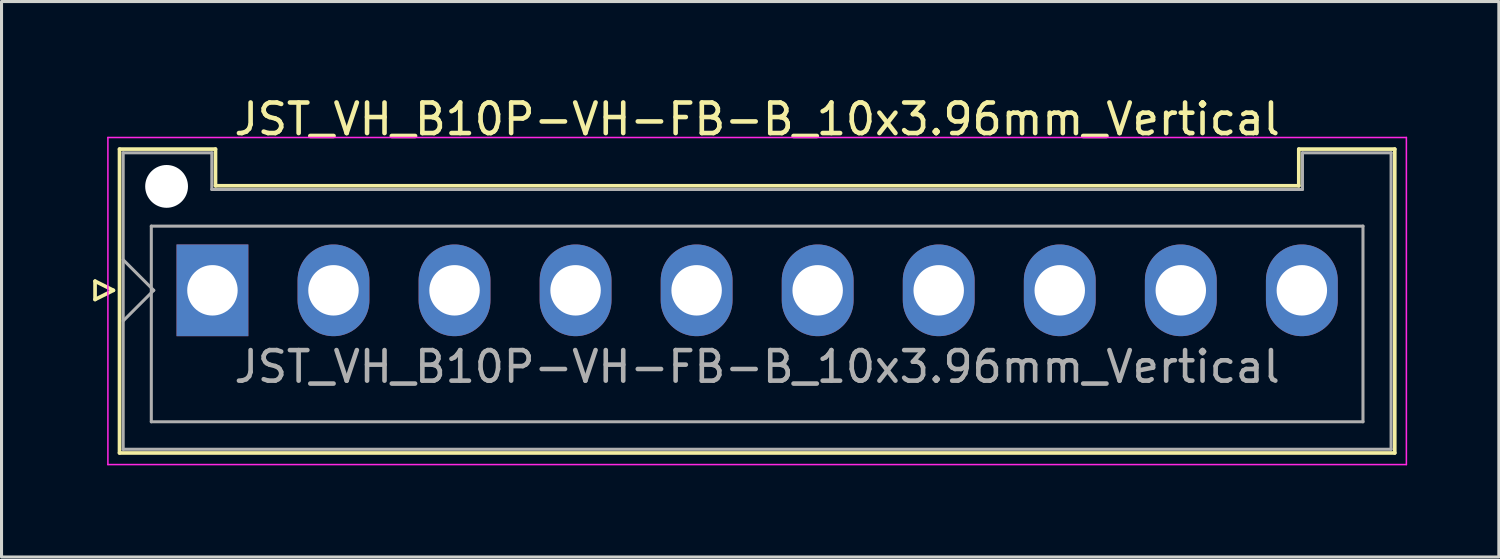
<source format=kicad_pcb>
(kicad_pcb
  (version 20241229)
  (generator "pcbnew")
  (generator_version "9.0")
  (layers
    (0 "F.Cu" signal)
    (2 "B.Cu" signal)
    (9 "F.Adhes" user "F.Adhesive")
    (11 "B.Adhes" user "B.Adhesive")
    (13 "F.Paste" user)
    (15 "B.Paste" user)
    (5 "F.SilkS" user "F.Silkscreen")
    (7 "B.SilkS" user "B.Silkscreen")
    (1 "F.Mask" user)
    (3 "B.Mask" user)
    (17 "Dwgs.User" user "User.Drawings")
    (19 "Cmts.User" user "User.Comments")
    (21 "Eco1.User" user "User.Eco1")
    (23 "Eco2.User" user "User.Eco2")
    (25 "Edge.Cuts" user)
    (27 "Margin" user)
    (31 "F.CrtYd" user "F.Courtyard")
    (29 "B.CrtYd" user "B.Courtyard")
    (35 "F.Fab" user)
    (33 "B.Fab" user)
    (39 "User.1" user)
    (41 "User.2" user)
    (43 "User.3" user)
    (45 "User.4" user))
  (footprint "JST_VH_B10P-VH-FB-B_10x3.96mm_Vertical"
    (layer "F.Cu")
    (at 3.9 6.448)
    (property "Reference" "JST_VH_B10P-VH-FB-B_10x3.96mm_Vertical" (at 17.82 -5.6 0) (layer "F.SilkS") (effects (font (size 1 1) (thickness 0.15))))
    (attr through_hole)
    (fp_line (start -3.84 -0.3) (end -3.24 0) (stroke (width 0.12) (type solid)) (layer "F.SilkS"))
    (fp_line (start -3.84 0.3) (end -3.84 -0.3) (stroke (width 0.12) (type solid)) (layer "F.SilkS"))
    (fp_line (start -3.24 0) (end -3.84 0.3) (stroke (width 0.12) (type solid)) (layer "F.SilkS"))
    (fp_line (start -3.04 -4.62) (end 0.1 -4.62) (stroke (width 0.12) (type solid)) (layer "F.SilkS"))
    (fp_line (start -3.04 5.32) (end -3.04 -4.62) (stroke (width 0.12) (type solid)) (layer "F.SilkS"))
    (fp_line (start 0.1 -4.62) (end 0.1 -3.42) (stroke (width 0.12) (type solid)) (layer "F.SilkS"))
    (fp_line (start 0.1 -3.42) (end 35.54 -3.42) (stroke (width 0.12) (type solid)) (layer "F.SilkS"))
    (fp_line (start 35.54 -4.62) (end 38.68 -4.62) (stroke (width 0.12) (type solid)) (layer "F.SilkS"))
    (fp_line (start 35.54 -3.42) (end 35.54 -4.62) (stroke (width 0.12) (type solid)) (layer "F.SilkS"))
    (fp_line (start 38.68 -4.62) (end 38.68 5.32) (stroke (width 0.12) (type solid)) (layer "F.SilkS"))
    (fp_line (start 38.68 5.32) (end -3.04 5.32) (stroke (width 0.12) (type solid)) (layer "F.SilkS"))
    (fp_line (start -3.42 -5) (end -3.42 5.7) (stroke (width 0.05) (type solid)) (layer "F.CrtYd"))
    (fp_line (start -3.42 5.7) (end 39.06 5.7) (stroke (width 0.05) (type solid)) (layer "F.CrtYd"))
    (fp_line (start 39.06 -5) (end -3.42 -5) (stroke (width 0.05) (type solid)) (layer "F.CrtYd"))
    (fp_line (start 39.06 5.7) (end 39.06 -5) (stroke (width 0.05) (type solid)) (layer "F.CrtYd"))
    (fp_line (start -2.92 -4.5) (end -0.02 -4.5) (stroke (width 0.1) (type solid)) (layer "F.Fab"))
    (fp_line (start -2.92 -1) (end -1.92 0) (stroke (width 0.1) (type solid)) (layer "F.Fab"))
    (fp_line (start -2.92 1) (end -1.92 0) (stroke (width 0.1) (type solid)) (layer "F.Fab"))
    (fp_line (start -2.92 5.2) (end -2.92 -4.5) (stroke (width 0.1) (type solid)) (layer "F.Fab"))
    (fp_line (start -2 -2.1) (end 37.64 -2.1) (stroke (width 0.1) (type solid)) (layer "F.Fab"))
    (fp_line (start -2 4.3) (end -2 -2.1) (stroke (width 0.1) (type solid)) (layer "F.Fab"))
    (fp_line (start -0.02 -4.5) (end -0.02 -3.3) (stroke (width 0.1) (type solid)) (layer "F.Fab"))
    (fp_line (start -0.02 -3.3) (end 35.66 -3.3) (stroke (width 0.1) (type solid)) (layer "F.Fab"))
    (fp_line (start 35.66 -4.5) (end 38.56 -4.5) (stroke (width 0.1) (type solid)) (layer "F.Fab"))
    (fp_line (start 35.66 -3.3) (end 35.66 -4.5) (stroke (width 0.1) (type solid)) (layer "F.Fab"))
    (fp_line (start 37.64 -2.1) (end 37.64 4.3) (stroke (width 0.1) (type solid)) (layer "F.Fab"))
    (fp_line (start 37.64 4.3) (end -2 4.3) (stroke (width 0.1) (type solid)) (layer "F.Fab"))
    (fp_line (start 38.56 -4.5) (end 38.56 5.2) (stroke (width 0.1) (type solid)) (layer "F.Fab"))
    (fp_line (start 38.56 5.2) (end -2.92 5.2) (stroke (width 0.1) (type solid)) (layer "F.Fab"))
    (fp_text user "${REFERENCE}" (at 17.82 2.5 0) (layer "F.Fab") (effects (font (size 1 1) (thickness 0.15))))
    (pad "" np_thru_hole circle (at -1.5 -3.4) (size 1.4 1.4) (drill 1.4) (layers "*.Cu" "*.Mask"))
    (pad "1" thru_hole rect (at 0 0) (size 2.35 3) (drill 1.65) (layers "*.Cu" "*.Mask"))
    (pad "2" thru_hole oval (at 3.96 0) (size 2.35 3) (drill 1.65) (layers "*.Cu" "*.Mask"))
    (pad "3" thru_hole oval (at 7.92 0) (size 2.35 3) (drill 1.65) (layers "*.Cu" "*.Mask"))
    (pad "4" thru_hole oval (at 11.88 0) (size 2.35 3) (drill 1.65) (layers "*.Cu" "*.Mask"))
    (pad "5" thru_hole oval (at 15.84 0) (size 2.35 3) (drill 1.65) (layers "*.Cu" "*.Mask"))
    (pad "6" thru_hole oval (at 19.8 0) (size 2.35 3) (drill 1.65) (layers "*.Cu" "*.Mask"))
    (pad "7" thru_hole oval (at 23.76 0) (size 2.35 3) (drill 1.65) (layers "*.Cu" "*.Mask"))
    (pad "8" thru_hole oval (at 27.72 0) (size 2.35 3) (drill 1.65) (layers "*.Cu" "*.Mask"))
    (pad "9" thru_hole oval (at 31.68 0) (size 2.35 3) (drill 1.65) (layers "*.Cu" "*.Mask"))
    (pad "10" thru_hole oval (at 35.64 0) (size 2.35 3) (drill 1.65) (layers "*.Cu" "*.Mask")))
  (gr_rect
    (start -3 -3)
    (end 45.985 15.173)
    (stroke (width 0.1) (type default))
    (fill no)
    (layer "Edge.Cuts")))
</source>
